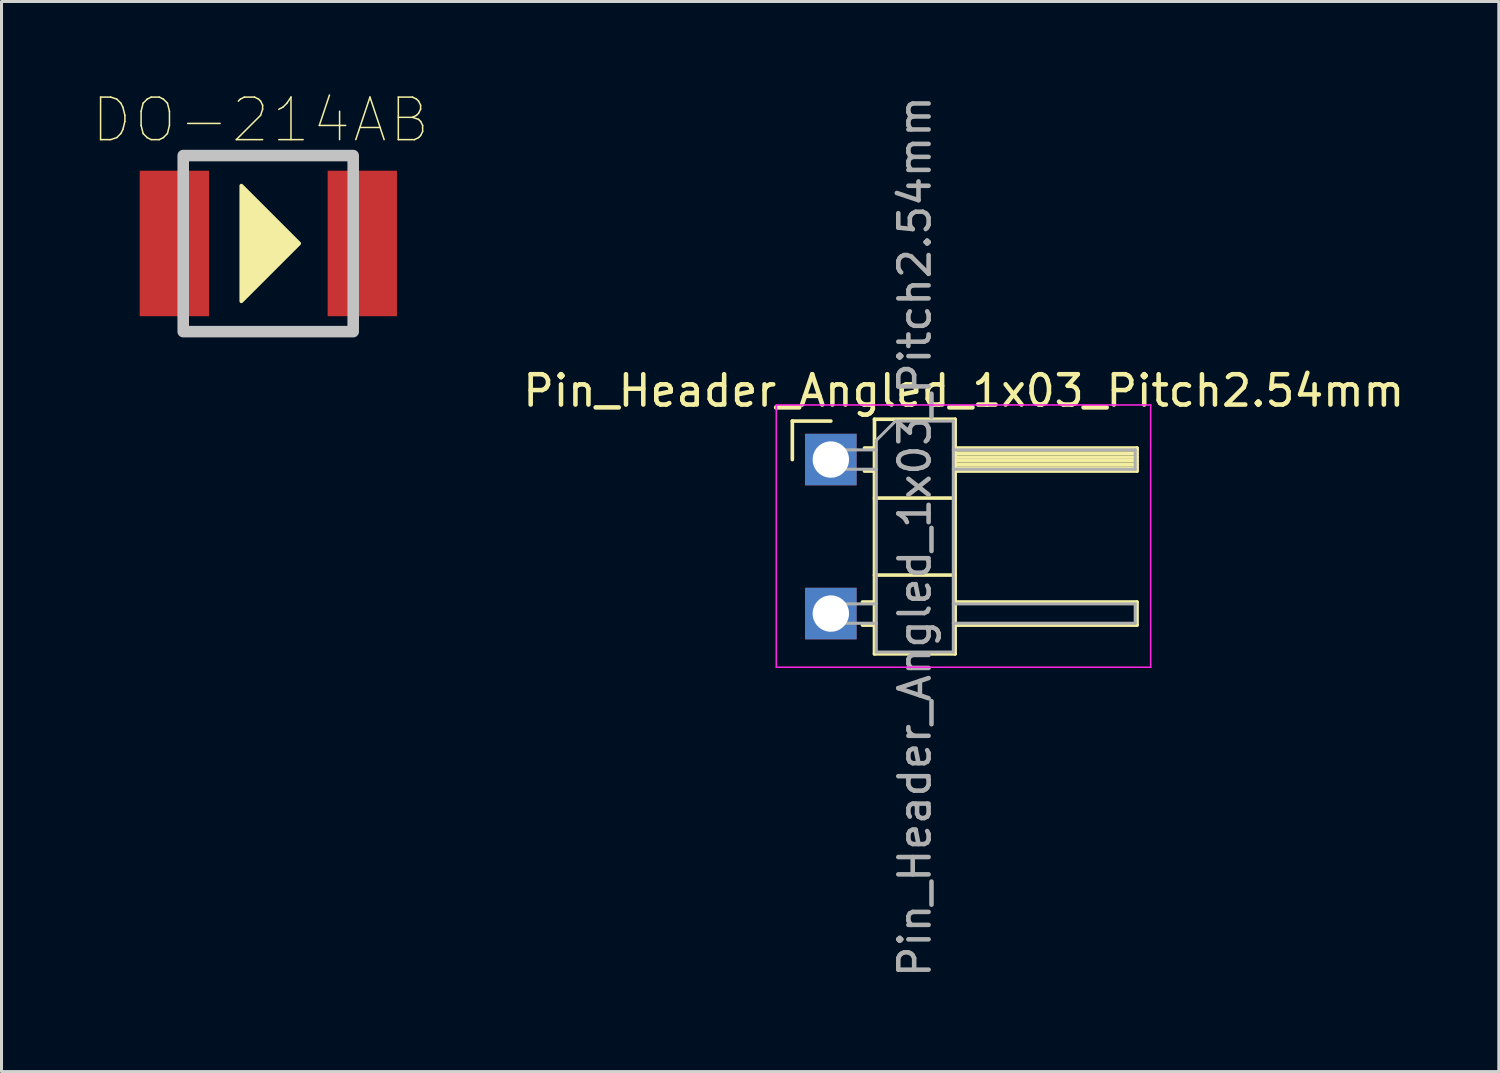
<source format=kicad_pcb>
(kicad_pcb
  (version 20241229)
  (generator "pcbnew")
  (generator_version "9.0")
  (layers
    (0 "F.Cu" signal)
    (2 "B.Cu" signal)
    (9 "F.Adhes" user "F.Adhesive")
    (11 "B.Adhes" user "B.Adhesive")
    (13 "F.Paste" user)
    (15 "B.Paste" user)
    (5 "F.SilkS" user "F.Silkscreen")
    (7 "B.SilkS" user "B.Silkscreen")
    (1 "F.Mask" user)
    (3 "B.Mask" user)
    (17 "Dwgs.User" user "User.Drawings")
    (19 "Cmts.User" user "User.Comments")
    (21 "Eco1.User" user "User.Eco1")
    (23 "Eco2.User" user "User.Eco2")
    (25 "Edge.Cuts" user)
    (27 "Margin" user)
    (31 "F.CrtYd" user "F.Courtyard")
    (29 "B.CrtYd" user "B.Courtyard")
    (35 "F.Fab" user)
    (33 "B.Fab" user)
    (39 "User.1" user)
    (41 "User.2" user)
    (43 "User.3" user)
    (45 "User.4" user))
  (footprint "Pin_Header_Angled_1x03_Pitch2.54mm"
    (layer "F.Cu")
    (at 24.356 12.109)
    (property "Reference" "Pin_Header_Angled_1x03_Pitch2.54mm" (at 4.385 -2.27 0) (layer "F.SilkS") (effects (font (size 1 1) (thickness 0.15))))
    (attr through_hole)
    (fp_line (start -1.27 -1.27) (end 0 -1.27) (stroke (width 0.12) (type solid)) (layer "F.SilkS"))
    (fp_line (start -1.27 0) (end -1.27 -1.27) (stroke (width 0.12) (type solid)) (layer "F.SilkS"))
    (fp_line (start 1.043 4.7) (end 1.44 4.7) (stroke (width 0.12) (type solid)) (layer "F.SilkS"))
    (fp_line (start 1.043 5.46) (end 1.44 5.46) (stroke (width 0.12) (type solid)) (layer "F.SilkS"))
    (fp_line (start 1.11 -0.38) (end 1.44 -0.38) (stroke (width 0.12) (type solid)) (layer "F.SilkS"))
    (fp_line (start 1.11 0.38) (end 1.44 0.38) (stroke (width 0.12) (type solid)) (layer "F.SilkS"))
    (fp_line (start 1.44 -1.33) (end 1.44 6.41) (stroke (width 0.12) (type solid)) (layer "F.SilkS"))
    (fp_line (start 1.44 1.27) (end 4.1 1.27) (stroke (width 0.12) (type solid)) (layer "F.SilkS"))
    (fp_line (start 1.44 3.81) (end 4.1 3.81) (stroke (width 0.12) (type solid)) (layer "F.SilkS"))
    (fp_line (start 1.44 6.41) (end 4.1 6.41) (stroke (width 0.12) (type solid)) (layer "F.SilkS"))
    (fp_line (start 4.1 -1.33) (end 1.44 -1.33) (stroke (width 0.12) (type solid)) (layer "F.SilkS"))
    (fp_line (start 4.1 -0.38) (end 10.1 -0.38) (stroke (width 0.12) (type solid)) (layer "F.SilkS"))
    (fp_line (start 4.1 -0.32) (end 10.1 -0.32) (stroke (width 0.12) (type solid)) (layer "F.SilkS"))
    (fp_line (start 4.1 -0.2) (end 10.1 -0.2) (stroke (width 0.12) (type solid)) (layer "F.SilkS"))
    (fp_line (start 4.1 -0.08) (end 10.1 -0.08) (stroke (width 0.12) (type solid)) (layer "F.SilkS"))
    (fp_line (start 4.1 0.04) (end 10.1 0.04) (stroke (width 0.12) (type solid)) (layer "F.SilkS"))
    (fp_line (start 4.1 0.16) (end 10.1 0.16) (stroke (width 0.12) (type solid)) (layer "F.SilkS"))
    (fp_line (start 4.1 0.28) (end 10.1 0.28) (stroke (width 0.12) (type solid)) (layer "F.SilkS"))
    (fp_line (start 4.1 4.7) (end 10.1 4.7) (stroke (width 0.12) (type solid)) (layer "F.SilkS"))
    (fp_line (start 4.1 6.41) (end 4.1 -1.33) (stroke (width 0.12) (type solid)) (layer "F.SilkS"))
    (fp_line (start 10.1 -0.38) (end 10.1 0.38) (stroke (width 0.12) (type solid)) (layer "F.SilkS"))
    (fp_line (start 10.1 0.38) (end 4.1 0.38) (stroke (width 0.12) (type solid)) (layer "F.SilkS"))
    (fp_line (start 10.1 4.7) (end 10.1 5.46) (stroke (width 0.12) (type solid)) (layer "F.SilkS"))
    (fp_line (start 10.1 5.46) (end 4.1 5.46) (stroke (width 0.12) (type solid)) (layer "F.SilkS"))
    (fp_line (start -1.8 -1.8) (end -1.8 6.85) (stroke (width 0.05) (type solid)) (layer "F.CrtYd"))
    (fp_line (start -1.8 6.85) (end 10.55 6.85) (stroke (width 0.05) (type solid)) (layer "F.CrtYd"))
    (fp_line (start 10.55 -1.8) (end -1.8 -1.8) (stroke (width 0.05) (type solid)) (layer "F.CrtYd"))
    (fp_line (start 10.55 6.85) (end 10.55 -1.8) (stroke (width 0.05) (type solid)) (layer "F.CrtYd"))
    (fp_line (start -0.32 -0.32) (end -0.32 0.32) (stroke (width 0.1) (type solid)) (layer "F.Fab"))
    (fp_line (start -0.32 -0.32) (end 1.5 -0.32) (stroke (width 0.1) (type solid)) (layer "F.Fab"))
    (fp_line (start -0.32 0.32) (end 1.5 0.32) (stroke (width 0.1) (type solid)) (layer "F.Fab"))
    (fp_line (start -0.32 4.76) (end -0.32 5.4) (stroke (width 0.1) (type solid)) (layer "F.Fab"))
    (fp_line (start -0.32 4.76) (end 1.5 4.76) (stroke (width 0.1) (type solid)) (layer "F.Fab"))
    (fp_line (start -0.32 5.4) (end 1.5 5.4) (stroke (width 0.1) (type solid)) (layer "F.Fab"))
    (fp_line (start 1.5 -0.635) (end 2.135 -1.27) (stroke (width 0.1) (type solid)) (layer "F.Fab"))
    (fp_line (start 1.5 6.35) (end 1.5 -0.635) (stroke (width 0.1) (type solid)) (layer "F.Fab"))
    (fp_line (start 2.135 -1.27) (end 4.04 -1.27) (stroke (width 0.1) (type solid)) (layer "F.Fab"))
    (fp_line (start 4.04 -1.27) (end 4.04 6.35) (stroke (width 0.1) (type solid)) (layer "F.Fab"))
    (fp_line (start 4.04 -0.32) (end 10.04 -0.32) (stroke (width 0.1) (type solid)) (layer "F.Fab"))
    (fp_line (start 4.04 0.32) (end 10.04 0.32) (stroke (width 0.1) (type solid)) (layer "F.Fab"))
    (fp_line (start 4.04 4.76) (end 10.04 4.76) (stroke (width 0.1) (type solid)) (layer "F.Fab"))
    (fp_line (start 4.04 5.4) (end 10.04 5.4) (stroke (width 0.1) (type solid)) (layer "F.Fab"))
    (fp_line (start 4.04 6.35) (end 1.5 6.35) (stroke (width 0.1) (type solid)) (layer "F.Fab"))
    (fp_line (start 10.04 -0.32) (end 10.04 0.32) (stroke (width 0.1) (type solid)) (layer "F.Fab"))
    (fp_line (start 10.04 4.76) (end 10.04 5.4) (stroke (width 0.1) (type solid)) (layer "F.Fab"))
    (fp_text user "${REFERENCE}" (at 2.77 2.54 90) (layer "F.Fab") (effects (font (size 1 1) (thickness 0.15))))
    (pad "1" thru_hole rect (at 0 0) (size 1.7 1.7) (drill 1.2) (layers "*.Cu" "*.Mask"))
    (pad "3" thru_hole rect (at 0 5.08) (size 1.7 1.7) (drill 1.2) (layers "*.Cu" "*.Mask")))
  (footprint "DO-214AB"
    (layer "F.Cu")
    (at 5.801 4.981)
    (property "Reference" "DO-214AB" (at -0.255 -4.072 0) (layer "F.SilkS") (effects (font (size 1.403 1.403) (thickness 0.05))))
    (attr smd)
    (fp_line (start -2.794 -2.921) (end 2.794 -2.921) (stroke (width 0.127) (type solid)) (layer "F.SilkS"))
    (fp_line (start -2.794 2.921) (end -2.794 -2.921) (stroke (width 0.127) (type solid)) (layer "F.SilkS"))
    (fp_line (start 2.794 -2.921) (end 2.794 2.921) (stroke (width 0.127) (type solid)) (layer "F.SilkS"))
    (fp_line (start 2.794 2.921) (end -2.794 2.921) (stroke (width 0.127) (type solid)) (layer "F.SilkS"))
    (fp_poly (pts (xy -0.889 -1.905) (xy 1.016 0) (xy -0.889 1.905)) (stroke (width 0.127) (type solid)) (fill yes) (layer "F.SilkS"))
    (fp_poly (pts (xy -2.807 -2.9) (xy 2.8 -2.9) (xy 2.8 2.908) (xy -2.807 2.908)) (stroke (width 0.381) (type solid)) (fill no) (layer "Dwgs.User"))
    (pad "1" smd rect (at -3.1 0 180) (size 2.286 4.8) (layers "F.Cu" "F.Mask" "F.Paste"))
    (pad "2" smd rect (at 3.1 0 180) (size 2.286 4.8) (layers "F.Cu" "F.Mask" "F.Paste")))
  (gr_rect
    (start -3 -3)
    (end 46.39 32.298)
    (stroke (width 0.1) (type default))
    (fill no)
    (layer "Edge.Cuts")))
</source>
